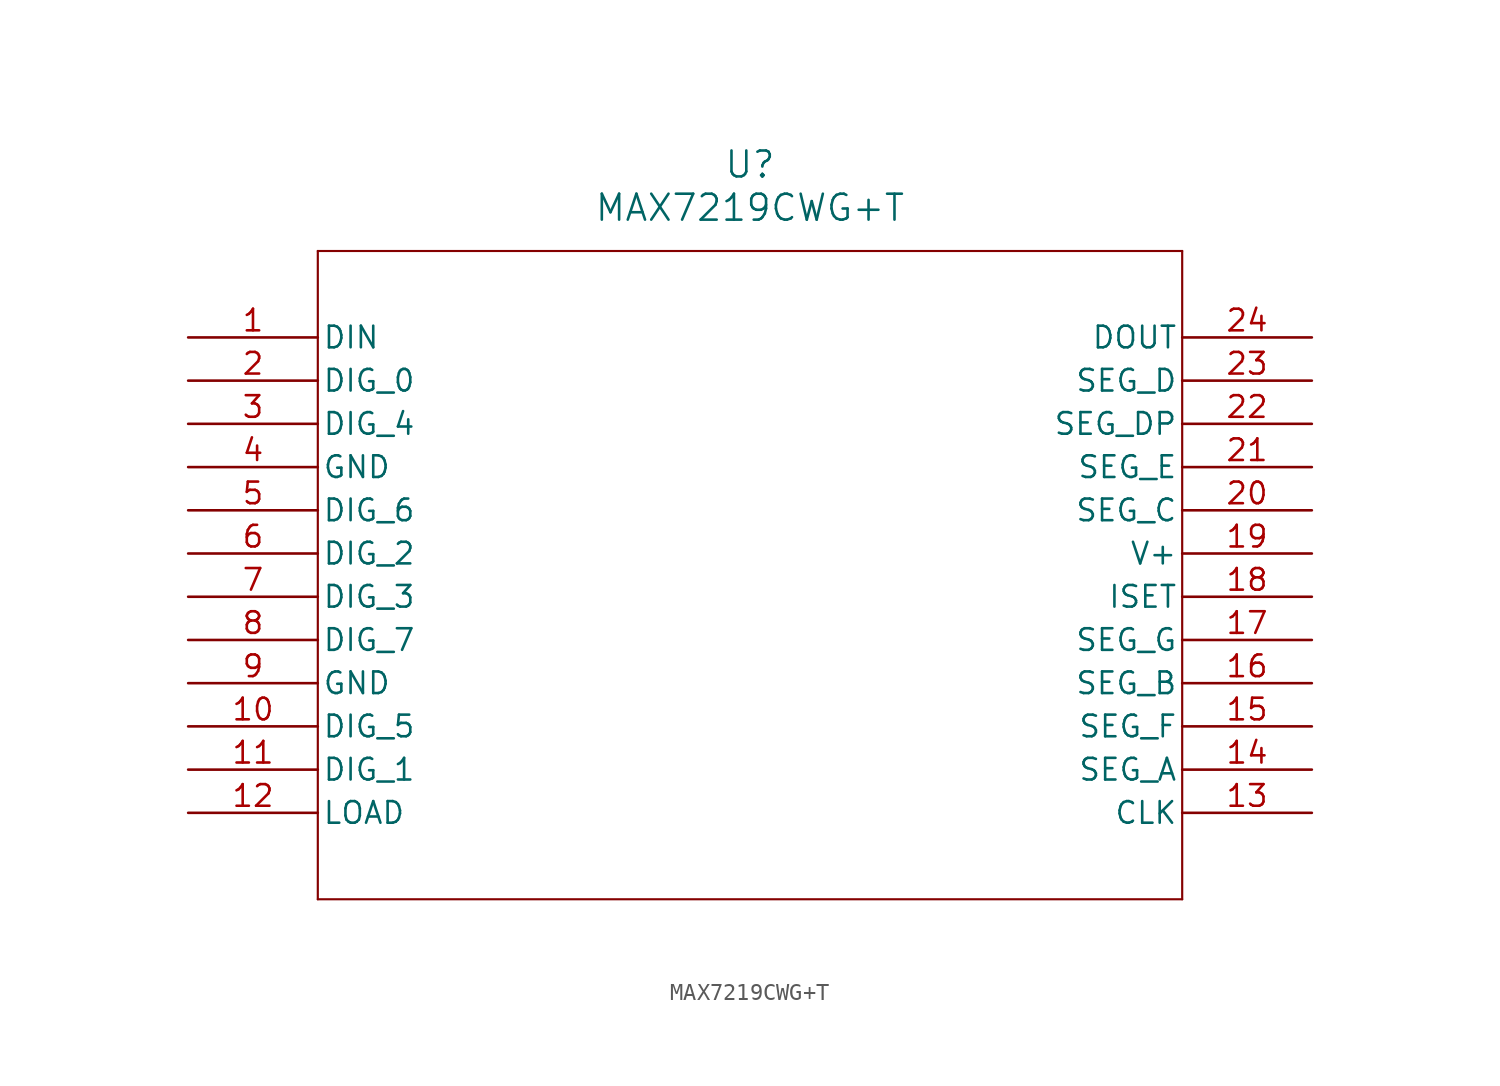
<source format=kicad_sym>
(kicad_symbol_lib
  (version 20211014)
  (generator kicad_symbol_editor)
  (symbol "MAX7219CWG+T"
    (pin_names
      (offset 0.254))
    (property "Reference" "U"
      (at 33.02 10.16 0)
      (effects (font (size 1.524 1.524))))
    (property "Value" "MAX7219CWG+T"
      (at 33.02 7.62 0)
      (effects (font (size 1.524 1.524))))
    (symbol "MAX7219CWG+T_0_1"
      (polyline (pts (xy 7.62 5.08) (xy 7.62 -33.02)) (stroke (width 0.127) (type default) (color 0 0 0 0)) (fill (type none)))
      (polyline (pts (xy 7.62 -33.02) (xy 58.42 -33.02)) (stroke (width 0.127) (type default) (color 0 0 0 0)) (fill (type none)))
      (polyline (pts (xy 58.42 -33.02) (xy 58.42 5.08)) (stroke (width 0.127) (type default) (color 0 0 0 0)) (fill (type none)))
      (polyline (pts (xy 58.42 5.08) (xy 7.62 5.08)) (stroke (width 0.127) (type default) (color 0 0 0 0)) (fill (type none)))
      (pin input line (at 0 0 0) (length 7.62) (name "DIN" (effects (font (size 1.27 1.27)))) (number "1" (effects (font (size 1.27 1.27)))))
      (pin unspecified line (at 0 -2.54 0) (length 7.62) (name "DIG 0" (effects (font (size 1.27 1.27)))) (number "2" (effects (font (size 1.27 1.27)))))
      (pin unspecified line (at 0 -5.08 0) (length 7.62) (name "DIG 4" (effects (font (size 1.27 1.27)))) (number "3" (effects (font (size 1.27 1.27)))))
      (pin power_in line (at 0 -7.62 0) (length 7.62) (name "GND" (effects (font (size 1.27 1.27)))) (number "4" (effects (font (size 1.27 1.27)))))
      (pin unspecified line (at 0 -10.16 0) (length 7.62) (name "DIG 6" (effects (font (size 1.27 1.27)))) (number "5" (effects (font (size 1.27 1.27)))))
      (pin unspecified line (at 0 -12.7 0) (length 7.62) (name "DIG 2" (effects (font (size 1.27 1.27)))) (number "6" (effects (font (size 1.27 1.27)))))
      (pin unspecified line (at 0 -15.24 0) (length 7.62) (name "DIG 3" (effects (font (size 1.27 1.27)))) (number "7" (effects (font (size 1.27 1.27)))))
      (pin unspecified line (at 0 -17.78 0) (length 7.62) (name "DIG 7" (effects (font (size 1.27 1.27)))) (number "8" (effects (font (size 1.27 1.27)))))
      (pin power_in line (at 0 -20.32 0) (length 7.62) (name "GND" (effects (font (size 1.27 1.27)))) (number "9" (effects (font (size 1.27 1.27)))))
      (pin unspecified line (at 0 -22.86 0) (length 7.62) (name "DIG 5" (effects (font (size 1.27 1.27)))) (number "10" (effects (font (size 1.27 1.27)))))
      (pin unspecified line (at 0 -25.4 0) (length 7.62) (name "DIG 1" (effects (font (size 1.27 1.27)))) (number "11" (effects (font (size 1.27 1.27)))))
      (pin input line (at 0 -27.94 0) (length 7.62) (name "LOAD" (effects (font (size 1.27 1.27)))) (number "12" (effects (font (size 1.27 1.27)))))
      (pin input line (at 66.04 -27.94 180) (length 7.62) (name "CLK" (effects (font (size 1.27 1.27)))) (number "13" (effects (font (size 1.27 1.27)))))
      (pin unspecified line (at 66.04 -25.4 180) (length 7.62) (name "SEG A" (effects (font (size 1.27 1.27)))) (number "14" (effects (font (size 1.27 1.27)))))
      (pin unspecified line (at 66.04 -22.86 180) (length 7.62) (name "SEG F" (effects (font (size 1.27 1.27)))) (number "15" (effects (font (size 1.27 1.27)))))
      (pin unspecified line (at 66.04 -20.32 180) (length 7.62) (name "SEG B" (effects (font (size 1.27 1.27)))) (number "16" (effects (font (size 1.27 1.27)))))
      (pin unspecified line (at 66.04 -17.78 180) (length 7.62) (name "SEG G" (effects (font (size 1.27 1.27)))) (number "17" (effects (font (size 1.27 1.27)))))
      (pin unspecified line (at 66.04 -15.24 180) (length 7.62) (name "ISET" (effects (font (size 1.27 1.27)))) (number "18" (effects (font (size 1.27 1.27)))))
      (pin power_in line (at 66.04 -12.7 180) (length 7.62) (name "V+" (effects (font (size 1.27 1.27)))) (number "19" (effects (font (size 1.27 1.27)))))
      (pin unspecified line (at 66.04 -10.16 180) (length 7.62) (name "SEG C" (effects (font (size 1.27 1.27)))) (number "20" (effects (font (size 1.27 1.27)))))
      (pin unspecified line (at 66.04 -7.62 180) (length 7.62) (name "SEG E" (effects (font (size 1.27 1.27)))) (number "21" (effects (font (size 1.27 1.27)))))
      (pin unspecified line (at 66.04 -5.08 180) (length 7.62) (name "SEG DP" (effects (font (size 1.27 1.27)))) (number "22" (effects (font (size 1.27 1.27)))))
      (pin unspecified line (at 66.04 -2.54 180) (length 7.62) (name "SEG D" (effects (font (size 1.27 1.27)))) (number "23" (effects (font (size 1.27 1.27)))))
      (pin output line (at 66.04 0 180) (length 7.62) (name "DOUT" (effects (font (size 1.27 1.27)))) (number "24" (effects (font (size 1.27 1.27))))))))
</source>
